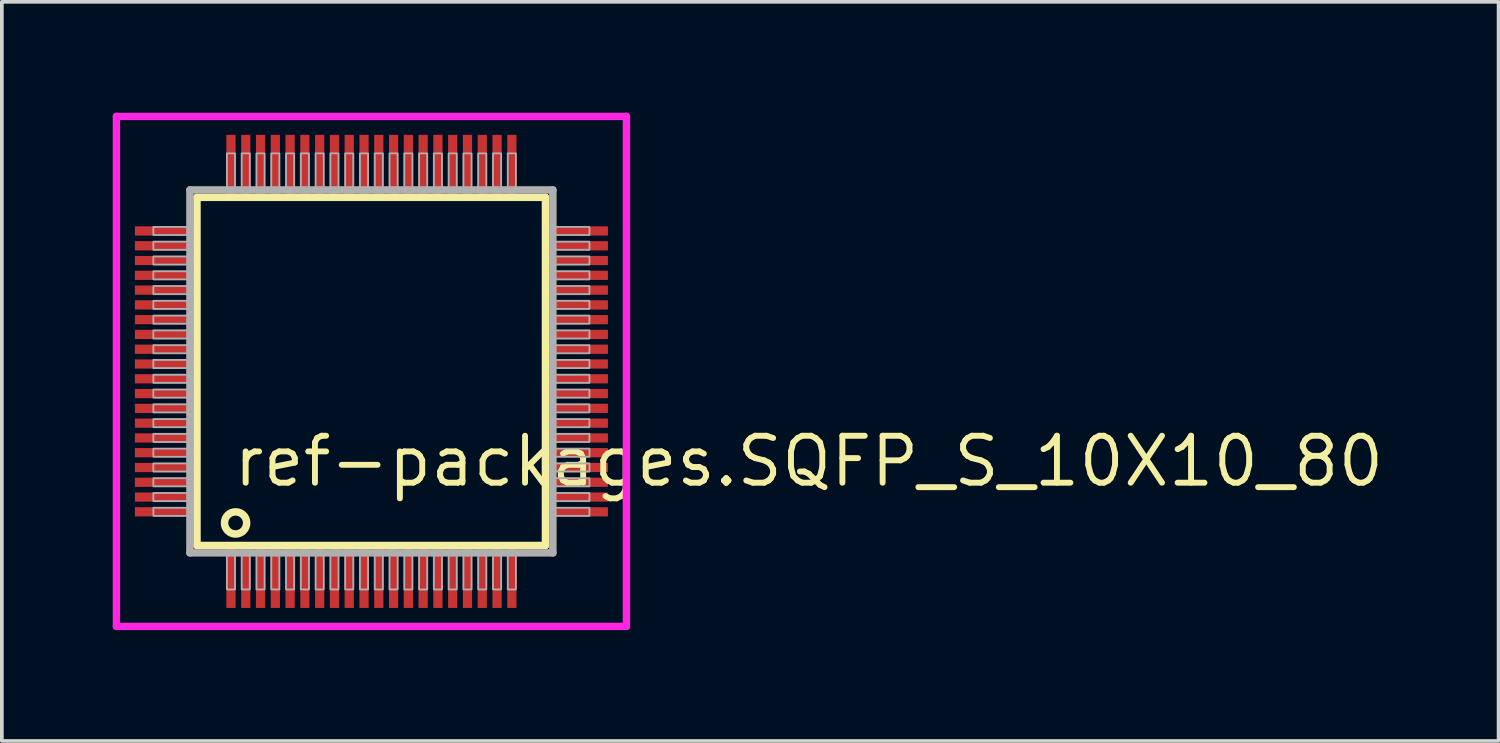
<source format=kicad_pcb>
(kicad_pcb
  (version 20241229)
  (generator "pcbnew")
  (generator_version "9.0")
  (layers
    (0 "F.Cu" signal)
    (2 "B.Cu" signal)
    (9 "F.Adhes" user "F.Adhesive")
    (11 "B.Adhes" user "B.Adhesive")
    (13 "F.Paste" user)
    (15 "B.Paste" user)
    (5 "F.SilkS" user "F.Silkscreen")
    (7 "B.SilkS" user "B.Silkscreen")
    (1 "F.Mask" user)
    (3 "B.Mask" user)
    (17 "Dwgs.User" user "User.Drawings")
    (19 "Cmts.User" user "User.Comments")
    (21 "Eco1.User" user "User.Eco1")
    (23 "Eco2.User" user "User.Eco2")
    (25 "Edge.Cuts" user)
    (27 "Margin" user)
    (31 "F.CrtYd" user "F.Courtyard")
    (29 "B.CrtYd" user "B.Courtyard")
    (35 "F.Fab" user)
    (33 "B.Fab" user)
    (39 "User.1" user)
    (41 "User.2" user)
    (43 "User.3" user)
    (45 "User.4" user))
  (footprint "ref-packages.SQFP_S_10X10_80"
    (layer "F.Cu")
    (at 7 7)
    (property "Reference" "ref-packages.SQFP_S_10X10_80" (at -3.81 3.175 0) (layer "F.SilkS") (effects (font (size 1.27 1.27) (thickness 0.16)) (justify left bottom)))
    (attr smd)
    (fp_line (start -4.72 -4.71) (end 4.71 -4.71) (stroke (width 0.203) (type default)) (layer "F.SilkS"))
    (fp_line (start -4.72 4.71) (end -4.72 -4.71) (stroke (width 0.203) (type default)) (layer "F.SilkS"))
    (fp_line (start 4.71 -4.71) (end 4.71 4.71) (stroke (width 0.203) (type default)) (layer "F.SilkS"))
    (fp_line (start 4.71 4.71) (end -4.72 4.71) (stroke (width 0.203) (type default)) (layer "F.SilkS"))
    (fp_circle (center -3.675 4.1) (end -3.375 4.1) (stroke (width 0.203) (type default)) (fill no) (layer "F.SilkS"))
    (fp_line (start -6.9 -6.9) (end 6.9 -6.9) (stroke (width 0.2) (type default)) (layer "F.CrtYd"))
    (fp_line (start -6.9 6.9) (end -6.9 -6.9) (stroke (width 0.2) (type default)) (layer "F.CrtYd"))
    (fp_line (start 6.9 -6.9) (end 6.9 6.9) (stroke (width 0.2) (type default)) (layer "F.CrtYd"))
    (fp_line (start 6.9 6.9) (end -6.9 6.9) (stroke (width 0.2) (type default)) (layer "F.CrtYd"))
    (fp_line (start -4.91 -4.91) (end -4.91 4.91) (stroke (width 0.203) (type default)) (layer "F.Fab"))
    (fp_line (start -4.91 4.91) (end 4.91 4.91) (stroke (width 0.203) (type default)) (layer "F.Fab"))
    (fp_line (start 4.91 -4.91) (end -4.91 -4.91) (stroke (width 0.203) (type default)) (layer "F.Fab"))
    (fp_line (start 4.91 4.91) (end 4.91 -4.91) (stroke (width 0.203) (type default)) (layer "F.Fab"))
    (fp_rect (start -5.9 -3.69) (end -4.95 -3.91) (stroke (width 0.05) (type default)) (fill no) (layer "F.Fab"))
    (fp_rect (start -5.9 -3.29) (end -4.95 -3.51) (stroke (width 0.05) (type default)) (fill no) (layer "F.Fab"))
    (fp_rect (start -5.9 -2.89) (end -4.95 -3.11) (stroke (width 0.05) (type default)) (fill no) (layer "F.Fab"))
    (fp_rect (start -5.9 -2.49) (end -4.95 -2.71) (stroke (width 0.05) (type default)) (fill no) (layer "F.Fab"))
    (fp_rect (start -5.9 -2.09) (end -4.95 -2.31) (stroke (width 0.05) (type default)) (fill no) (layer "F.Fab"))
    (fp_rect (start -5.9 -1.69) (end -4.95 -1.91) (stroke (width 0.05) (type default)) (fill no) (layer "F.Fab"))
    (fp_rect (start -5.9 -1.29) (end -4.95 -1.51) (stroke (width 0.05) (type default)) (fill no) (layer "F.Fab"))
    (fp_rect (start -5.9 -0.89) (end -4.95 -1.11) (stroke (width 0.05) (type default)) (fill no) (layer "F.Fab"))
    (fp_rect (start -5.9 -0.49) (end -4.95 -0.71) (stroke (width 0.05) (type default)) (fill no) (layer "F.Fab"))
    (fp_rect (start -5.9 -0.09) (end -4.95 -0.31) (stroke (width 0.05) (type default)) (fill no) (layer "F.Fab"))
    (fp_rect (start -5.9 0.31) (end -4.95 0.09) (stroke (width 0.05) (type default)) (fill no) (layer "F.Fab"))
    (fp_rect (start -5.9 0.71) (end -4.95 0.49) (stroke (width 0.05) (type default)) (fill no) (layer "F.Fab"))
    (fp_rect (start -5.9 1.11) (end -4.95 0.89) (stroke (width 0.05) (type default)) (fill no) (layer "F.Fab"))
    (fp_rect (start -5.9 1.51) (end -4.95 1.29) (stroke (width 0.05) (type default)) (fill no) (layer "F.Fab"))
    (fp_rect (start -5.9 1.91) (end -4.95 1.69) (stroke (width 0.05) (type default)) (fill no) (layer "F.Fab"))
    (fp_rect (start -5.9 2.31) (end -4.95 2.09) (stroke (width 0.05) (type default)) (fill no) (layer "F.Fab"))
    (fp_rect (start -5.9 2.71) (end -4.95 2.49) (stroke (width 0.05) (type default)) (fill no) (layer "F.Fab"))
    (fp_rect (start -5.9 3.11) (end -4.95 2.89) (stroke (width 0.05) (type default)) (fill no) (layer "F.Fab"))
    (fp_rect (start -5.9 3.51) (end -4.95 3.29) (stroke (width 0.05) (type default)) (fill no) (layer "F.Fab"))
    (fp_rect (start -5.9 3.91) (end -4.95 3.69) (stroke (width 0.05) (type default)) (fill no) (layer "F.Fab"))
    (fp_rect (start -3.91 -4.95) (end -3.69 -5.9) (stroke (width 0.05) (type default)) (fill no) (layer "F.Fab"))
    (fp_rect (start -3.91 5.9) (end -3.69 4.95) (stroke (width 0.05) (type default)) (fill no) (layer "F.Fab"))
    (fp_rect (start -3.51 -4.95) (end -3.29 -5.9) (stroke (width 0.05) (type default)) (fill no) (layer "F.Fab"))
    (fp_rect (start -3.51 5.9) (end -3.29 4.95) (stroke (width 0.05) (type default)) (fill no) (layer "F.Fab"))
    (fp_rect (start -3.11 -4.95) (end -2.89 -5.9) (stroke (width 0.05) (type default)) (fill no) (layer "F.Fab"))
    (fp_rect (start -3.11 5.9) (end -2.89 4.95) (stroke (width 0.05) (type default)) (fill no) (layer "F.Fab"))
    (fp_rect (start -2.71 -4.95) (end -2.49 -5.9) (stroke (width 0.05) (type default)) (fill no) (layer "F.Fab"))
    (fp_rect (start -2.71 5.9) (end -2.49 4.95) (stroke (width 0.05) (type default)) (fill no) (layer "F.Fab"))
    (fp_rect (start -2.31 -4.95) (end -2.09 -5.9) (stroke (width 0.05) (type default)) (fill no) (layer "F.Fab"))
    (fp_rect (start -2.31 5.9) (end -2.09 4.95) (stroke (width 0.05) (type default)) (fill no) (layer "F.Fab"))
    (fp_rect (start -1.91 -4.95) (end -1.69 -5.9) (stroke (width 0.05) (type default)) (fill no) (layer "F.Fab"))
    (fp_rect (start -1.91 5.9) (end -1.69 4.95) (stroke (width 0.05) (type default)) (fill no) (layer "F.Fab"))
    (fp_rect (start -1.51 -4.95) (end -1.29 -5.9) (stroke (width 0.05) (type default)) (fill no) (layer "F.Fab"))
    (fp_rect (start -1.51 5.9) (end -1.29 4.95) (stroke (width 0.05) (type default)) (fill no) (layer "F.Fab"))
    (fp_rect (start -1.11 -4.95) (end -0.89 -5.9) (stroke (width 0.05) (type default)) (fill no) (layer "F.Fab"))
    (fp_rect (start -1.11 5.9) (end -0.89 4.95) (stroke (width 0.05) (type default)) (fill no) (layer "F.Fab"))
    (fp_rect (start -0.71 -4.95) (end -0.49 -5.9) (stroke (width 0.05) (type default)) (fill no) (layer "F.Fab"))
    (fp_rect (start -0.71 5.9) (end -0.49 4.95) (stroke (width 0.05) (type default)) (fill no) (layer "F.Fab"))
    (fp_rect (start -0.31 -4.95) (end -0.09 -5.9) (stroke (width 0.05) (type default)) (fill no) (layer "F.Fab"))
    (fp_rect (start -0.31 5.9) (end -0.09 4.95) (stroke (width 0.05) (type default)) (fill no) (layer "F.Fab"))
    (fp_rect (start 0.09 -4.95) (end 0.31 -5.9) (stroke (width 0.05) (type default)) (fill no) (layer "F.Fab"))
    (fp_rect (start 0.09 5.9) (end 0.31 4.95) (stroke (width 0.05) (type default)) (fill no) (layer "F.Fab"))
    (fp_rect (start 0.49 -4.95) (end 0.71 -5.9) (stroke (width 0.05) (type default)) (fill no) (layer "F.Fab"))
    (fp_rect (start 0.49 5.9) (end 0.71 4.95) (stroke (width 0.05) (type default)) (fill no) (layer "F.Fab"))
    (fp_rect (start 0.89 -4.95) (end 1.11 -5.9) (stroke (width 0.05) (type default)) (fill no) (layer "F.Fab"))
    (fp_rect (start 0.89 5.9) (end 1.11 4.95) (stroke (width 0.05) (type default)) (fill no) (layer "F.Fab"))
    (fp_rect (start 1.29 -4.95) (end 1.51 -5.9) (stroke (width 0.05) (type default)) (fill no) (layer "F.Fab"))
    (fp_rect (start 1.29 5.9) (end 1.51 4.95) (stroke (width 0.05) (type default)) (fill no) (layer "F.Fab"))
    (fp_rect (start 1.69 -4.95) (end 1.91 -5.9) (stroke (width 0.05) (type default)) (fill no) (layer "F.Fab"))
    (fp_rect (start 1.69 5.9) (end 1.91 4.95) (stroke (width 0.05) (type default)) (fill no) (layer "F.Fab"))
    (fp_rect (start 2.09 -4.95) (end 2.31 -5.9) (stroke (width 0.05) (type default)) (fill no) (layer "F.Fab"))
    (fp_rect (start 2.09 5.9) (end 2.31 4.95) (stroke (width 0.05) (type default)) (fill no) (layer "F.Fab"))
    (fp_rect (start 2.49 -4.95) (end 2.71 -5.9) (stroke (width 0.05) (type default)) (fill no) (layer "F.Fab"))
    (fp_rect (start 2.49 5.9) (end 2.71 4.95) (stroke (width 0.05) (type default)) (fill no) (layer "F.Fab"))
    (fp_rect (start 2.89 -4.95) (end 3.11 -5.9) (stroke (width 0.05) (type default)) (fill no) (layer "F.Fab"))
    (fp_rect (start 2.89 5.9) (end 3.11 4.95) (stroke (width 0.05) (type default)) (fill no) (layer "F.Fab"))
    (fp_rect (start 3.29 -4.95) (end 3.51 -5.9) (stroke (width 0.05) (type default)) (fill no) (layer "F.Fab"))
    (fp_rect (start 3.29 5.9) (end 3.51 4.95) (stroke (width 0.05) (type default)) (fill no) (layer "F.Fab"))
    (fp_rect (start 3.69 -4.95) (end 3.91 -5.9) (stroke (width 0.05) (type default)) (fill no) (layer "F.Fab"))
    (fp_rect (start 3.69 5.9) (end 3.91 4.95) (stroke (width 0.05) (type default)) (fill no) (layer "F.Fab"))
    (fp_rect (start 4.95 -3.69) (end 5.9 -3.91) (stroke (width 0.05) (type default)) (fill no) (layer "F.Fab"))
    (fp_rect (start 4.95 -3.29) (end 5.9 -3.51) (stroke (width 0.05) (type default)) (fill no) (layer "F.Fab"))
    (fp_rect (start 4.95 -2.89) (end 5.9 -3.11) (stroke (width 0.05) (type default)) (fill no) (layer "F.Fab"))
    (fp_rect (start 4.95 -2.49) (end 5.9 -2.71) (stroke (width 0.05) (type default)) (fill no) (layer "F.Fab"))
    (fp_rect (start 4.95 -2.09) (end 5.9 -2.31) (stroke (width 0.05) (type default)) (fill no) (layer "F.Fab"))
    (fp_rect (start 4.95 -1.69) (end 5.9 -1.91) (stroke (width 0.05) (type default)) (fill no) (layer "F.Fab"))
    (fp_rect (start 4.95 -1.29) (end 5.9 -1.51) (stroke (width 0.05) (type default)) (fill no) (layer "F.Fab"))
    (fp_rect (start 4.95 -0.89) (end 5.9 -1.11) (stroke (width 0.05) (type default)) (fill no) (layer "F.Fab"))
    (fp_rect (start 4.95 -0.49) (end 5.9 -0.71) (stroke (width 0.05) (type default)) (fill no) (layer "F.Fab"))
    (fp_rect (start 4.95 -0.09) (end 5.9 -0.31) (stroke (width 0.05) (type default)) (fill no) (layer "F.Fab"))
    (fp_rect (start 4.95 0.31) (end 5.9 0.09) (stroke (width 0.05) (type default)) (fill no) (layer "F.Fab"))
    (fp_rect (start 4.95 0.71) (end 5.9 0.49) (stroke (width 0.05) (type default)) (fill no) (layer "F.Fab"))
    (fp_rect (start 4.95 1.11) (end 5.9 0.89) (stroke (width 0.05) (type default)) (fill no) (layer "F.Fab"))
    (fp_rect (start 4.95 1.51) (end 5.9 1.29) (stroke (width 0.05) (type default)) (fill no) (layer "F.Fab"))
    (fp_rect (start 4.95 1.91) (end 5.9 1.69) (stroke (width 0.05) (type default)) (fill no) (layer "F.Fab"))
    (fp_rect (start 4.95 2.31) (end 5.9 2.09) (stroke (width 0.05) (type default)) (fill no) (layer "F.Fab"))
    (fp_rect (start 4.95 2.71) (end 5.9 2.49) (stroke (width 0.05) (type default)) (fill no) (layer "F.Fab"))
    (fp_rect (start 4.95 3.11) (end 5.9 2.89) (stroke (width 0.05) (type default)) (fill no) (layer "F.Fab"))
    (fp_rect (start 4.95 3.51) (end 5.9 3.29) (stroke (width 0.05) (type default)) (fill no) (layer "F.Fab"))
    (fp_rect (start 4.95 3.91) (end 5.9 3.69) (stroke (width 0.05) (type default)) (fill no) (layer "F.Fab"))
    (pad "1" smd roundrect (at -3.8 5.6) (size 0.25 1.6) (layers "F.Cu" "F.Mask" "F.Paste") (roundrect_rratio 0.01))
    (pad "2" smd roundrect (at -3.4 5.6) (size 0.25 1.6) (layers "F.Cu" "F.Mask" "F.Paste") (roundrect_rratio 0.01))
    (pad "3" smd roundrect (at -3 5.6) (size 0.25 1.6) (layers "F.Cu" "F.Mask" "F.Paste") (roundrect_rratio 0.01))
    (pad "4" smd roundrect (at -2.6 5.6) (size 0.25 1.6) (layers "F.Cu" "F.Mask" "F.Paste") (roundrect_rratio 0.01))
    (pad "5" smd roundrect (at -2.2 5.6) (size 0.25 1.6) (layers "F.Cu" "F.Mask" "F.Paste") (roundrect_rratio 0.01))
    (pad "6" smd roundrect (at -1.8 5.6) (size 0.25 1.6) (layers "F.Cu" "F.Mask" "F.Paste") (roundrect_rratio 0.01))
    (pad "7" smd roundrect (at -1.4 5.6) (size 0.25 1.6) (layers "F.Cu" "F.Mask" "F.Paste") (roundrect_rratio 0.01))
    (pad "8" smd roundrect (at -1 5.6) (size 0.25 1.6) (layers "F.Cu" "F.Mask" "F.Paste") (roundrect_rratio 0.01))
    (pad "9" smd roundrect (at -0.6 5.6) (size 0.25 1.6) (layers "F.Cu" "F.Mask" "F.Paste") (roundrect_rratio 0.01))
    (pad "10" smd roundrect (at -0.2 5.6) (size 0.25 1.6) (layers "F.Cu" "F.Mask" "F.Paste") (roundrect_rratio 0.01))
    (pad "11" smd roundrect (at 0.2 5.6) (size 0.25 1.6) (layers "F.Cu" "F.Mask" "F.Paste") (roundrect_rratio 0.01))
    (pad "12" smd roundrect (at 0.6 5.6) (size 0.25 1.6) (layers "F.Cu" "F.Mask" "F.Paste") (roundrect_rratio 0.01))
    (pad "13" smd roundrect (at 1 5.6) (size 0.25 1.6) (layers "F.Cu" "F.Mask" "F.Paste") (roundrect_rratio 0.01))
    (pad "14" smd roundrect (at 1.4 5.6) (size 0.25 1.6) (layers "F.Cu" "F.Mask" "F.Paste") (roundrect_rratio 0.01))
    (pad "15" smd roundrect (at 1.8 5.6) (size 0.25 1.6) (layers "F.Cu" "F.Mask" "F.Paste") (roundrect_rratio 0.01))
    (pad "16" smd roundrect (at 2.2 5.6) (size 0.25 1.6) (layers "F.Cu" "F.Mask" "F.Paste") (roundrect_rratio 0.01))
    (pad "17" smd roundrect (at 2.6 5.6) (size 0.25 1.6) (layers "F.Cu" "F.Mask" "F.Paste") (roundrect_rratio 0.01))
    (pad "18" smd roundrect (at 3 5.6) (size 0.25 1.6) (layers "F.Cu" "F.Mask" "F.Paste") (roundrect_rratio 0.01))
    (pad "19" smd roundrect (at 3.4 5.6) (size 0.25 1.6) (layers "F.Cu" "F.Mask" "F.Paste") (roundrect_rratio 0.01))
    (pad "20" smd roundrect (at 3.8 5.6) (size 0.25 1.6) (layers "F.Cu" "F.Mask" "F.Paste") (roundrect_rratio 0.01))
    (pad "21" smd roundrect (at 5.6 3.8) (size 1.6 0.25) (layers "F.Cu" "F.Mask" "F.Paste") (roundrect_rratio 0.01))
    (pad "22" smd roundrect (at 5.6 3.4) (size 1.6 0.25) (layers "F.Cu" "F.Mask" "F.Paste") (roundrect_rratio 0.01))
    (pad "23" smd roundrect (at 5.6 3) (size 1.6 0.25) (layers "F.Cu" "F.Mask" "F.Paste") (roundrect_rratio 0.01))
    (pad "24" smd roundrect (at 5.6 2.6) (size 1.6 0.25) (layers "F.Cu" "F.Mask" "F.Paste") (roundrect_rratio 0.01))
    (pad "25" smd roundrect (at 5.6 2.2) (size 1.6 0.25) (layers "F.Cu" "F.Mask" "F.Paste") (roundrect_rratio 0.01))
    (pad "26" smd roundrect (at 5.6 1.8) (size 1.6 0.25) (layers "F.Cu" "F.Mask" "F.Paste") (roundrect_rratio 0.01))
    (pad "27" smd roundrect (at 5.6 1.4) (size 1.6 0.25) (layers "F.Cu" "F.Mask" "F.Paste") (roundrect_rratio 0.01))
    (pad "28" smd roundrect (at 5.6 1) (size 1.6 0.25) (layers "F.Cu" "F.Mask" "F.Paste") (roundrect_rratio 0.01))
    (pad "29" smd roundrect (at 5.6 0.6) (size 1.6 0.25) (layers "F.Cu" "F.Mask" "F.Paste") (roundrect_rratio 0.01))
    (pad "30" smd roundrect (at 5.6 0.2) (size 1.6 0.25) (layers "F.Cu" "F.Mask" "F.Paste") (roundrect_rratio 0.01))
    (pad "31" smd roundrect (at 5.6 -0.2) (size 1.6 0.25) (layers "F.Cu" "F.Mask" "F.Paste") (roundrect_rratio 0.01))
    (pad "32" smd roundrect (at 5.6 -0.6) (size 1.6 0.25) (layers "F.Cu" "F.Mask" "F.Paste") (roundrect_rratio 0.01))
    (pad "33" smd roundrect (at 5.6 -1) (size 1.6 0.25) (layers "F.Cu" "F.Mask" "F.Paste") (roundrect_rratio 0.01))
    (pad "34" smd roundrect (at 5.6 -1.4) (size 1.6 0.25) (layers "F.Cu" "F.Mask" "F.Paste") (roundrect_rratio 0.01))
    (pad "35" smd roundrect (at 5.6 -1.8) (size 1.6 0.25) (layers "F.Cu" "F.Mask" "F.Paste") (roundrect_rratio 0.01))
    (pad "36" smd roundrect (at 5.6 -2.2) (size 1.6 0.25) (layers "F.Cu" "F.Mask" "F.Paste") (roundrect_rratio 0.01))
    (pad "37" smd roundrect (at 5.6 -2.6) (size 1.6 0.25) (layers "F.Cu" "F.Mask" "F.Paste") (roundrect_rratio 0.01))
    (pad "38" smd roundrect (at 5.6 -3) (size 1.6 0.25) (layers "F.Cu" "F.Mask" "F.Paste") (roundrect_rratio 0.01))
    (pad "39" smd roundrect (at 5.6 -3.4) (size 1.6 0.25) (layers "F.Cu" "F.Mask" "F.Paste") (roundrect_rratio 0.01))
    (pad "40" smd roundrect (at 5.6 -3.8) (size 1.6 0.25) (layers "F.Cu" "F.Mask" "F.Paste") (roundrect_rratio 0.01))
    (pad "41" smd roundrect (at 3.8 -5.6) (size 0.25 1.6) (layers "F.Cu" "F.Mask" "F.Paste") (roundrect_rratio 0.01))
    (pad "42" smd roundrect (at 3.4 -5.6) (size 0.25 1.6) (layers "F.Cu" "F.Mask" "F.Paste") (roundrect_rratio 0.01))
    (pad "43" smd roundrect (at 3 -5.6) (size 0.25 1.6) (layers "F.Cu" "F.Mask" "F.Paste") (roundrect_rratio 0.01))
    (pad "44" smd roundrect (at 2.6 -5.6) (size 0.25 1.6) (layers "F.Cu" "F.Mask" "F.Paste") (roundrect_rratio 0.01))
    (pad "45" smd roundrect (at 2.2 -5.6) (size 0.25 1.6) (layers "F.Cu" "F.Mask" "F.Paste") (roundrect_rratio 0.01))
    (pad "46" smd roundrect (at 1.8 -5.6) (size 0.25 1.6) (layers "F.Cu" "F.Mask" "F.Paste") (roundrect_rratio 0.01))
    (pad "47" smd roundrect (at 1.4 -5.6) (size 0.25 1.6) (layers "F.Cu" "F.Mask" "F.Paste") (roundrect_rratio 0.01))
    (pad "48" smd roundrect (at 1 -5.6) (size 0.25 1.6) (layers "F.Cu" "F.Mask" "F.Paste") (roundrect_rratio 0.01))
    (pad "49" smd roundrect (at 0.6 -5.6) (size 0.25 1.6) (layers "F.Cu" "F.Mask" "F.Paste") (roundrect_rratio 0.01))
    (pad "50" smd roundrect (at 0.2 -5.6) (size 0.25 1.6) (layers "F.Cu" "F.Mask" "F.Paste") (roundrect_rratio 0.01))
    (pad "51" smd roundrect (at -0.2 -5.6) (size 0.25 1.6) (layers "F.Cu" "F.Mask" "F.Paste") (roundrect_rratio 0.01))
    (pad "52" smd roundrect (at -0.6 -5.6) (size 0.25 1.6) (layers "F.Cu" "F.Mask" "F.Paste") (roundrect_rratio 0.01))
    (pad "53" smd roundrect (at -1 -5.6) (size 0.25 1.6) (layers "F.Cu" "F.Mask" "F.Paste") (roundrect_rratio 0.01))
    (pad "54" smd roundrect (at -1.4 -5.6) (size 0.25 1.6) (layers "F.Cu" "F.Mask" "F.Paste") (roundrect_rratio 0.01))
    (pad "55" smd roundrect (at -1.8 -5.6) (size 0.25 1.6) (layers "F.Cu" "F.Mask" "F.Paste") (roundrect_rratio 0.01))
    (pad "56" smd roundrect (at -2.2 -5.6) (size 0.25 1.6) (layers "F.Cu" "F.Mask" "F.Paste") (roundrect_rratio 0.01))
    (pad "57" smd roundrect (at -2.6 -5.6) (size 0.25 1.6) (layers "F.Cu" "F.Mask" "F.Paste") (roundrect_rratio 0.01))
    (pad "58" smd roundrect (at -3 -5.6) (size 0.25 1.6) (layers "F.Cu" "F.Mask" "F.Paste") (roundrect_rratio 0.01))
    (pad "59" smd roundrect (at -3.4 -5.6) (size 0.25 1.6) (layers "F.Cu" "F.Mask" "F.Paste") (roundrect_rratio 0.01))
    (pad "60" smd roundrect (at -3.8 -5.6) (size 0.25 1.6) (layers "F.Cu" "F.Mask" "F.Paste") (roundrect_rratio 0.01))
    (pad "61" smd roundrect (at -5.6 -3.8) (size 1.6 0.25) (layers "F.Cu" "F.Mask" "F.Paste") (roundrect_rratio 0.01))
    (pad "62" smd roundrect (at -5.6 -3.4) (size 1.6 0.25) (layers "F.Cu" "F.Mask" "F.Paste") (roundrect_rratio 0.01))
    (pad "63" smd roundrect (at -5.6 -3) (size 1.6 0.25) (layers "F.Cu" "F.Mask" "F.Paste") (roundrect_rratio 0.01))
    (pad "64" smd roundrect (at -5.6 -2.6) (size 1.6 0.25) (layers "F.Cu" "F.Mask" "F.Paste") (roundrect_rratio 0.01))
    (pad "65" smd roundrect (at -5.6 -2.2) (size 1.6 0.25) (layers "F.Cu" "F.Mask" "F.Paste") (roundrect_rratio 0.01))
    (pad "66" smd roundrect (at -5.6 -1.8) (size 1.6 0.25) (layers "F.Cu" "F.Mask" "F.Paste") (roundrect_rratio 0.01))
    (pad "67" smd roundrect (at -5.6 -1.4) (size 1.6 0.25) (layers "F.Cu" "F.Mask" "F.Paste") (roundrect_rratio 0.01))
    (pad "68" smd roundrect (at -5.6 -1) (size 1.6 0.25) (layers "F.Cu" "F.Mask" "F.Paste") (roundrect_rratio 0.01))
    (pad "69" smd roundrect (at -5.6 -0.6) (size 1.6 0.25) (layers "F.Cu" "F.Mask" "F.Paste") (roundrect_rratio 0.01))
    (pad "70" smd roundrect (at -5.6 -0.2) (size 1.6 0.25) (layers "F.Cu" "F.Mask" "F.Paste") (roundrect_rratio 0.01))
    (pad "71" smd roundrect (at -5.6 0.2) (size 1.6 0.25) (layers "F.Cu" "F.Mask" "F.Paste") (roundrect_rratio 0.01))
    (pad "72" smd roundrect (at -5.6 0.6) (size 1.6 0.25) (layers "F.Cu" "F.Mask" "F.Paste") (roundrect_rratio 0.01))
    (pad "73" smd roundrect (at -5.6 1) (size 1.6 0.25) (layers "F.Cu" "F.Mask" "F.Paste") (roundrect_rratio 0.01))
    (pad "74" smd roundrect (at -5.6 1.4) (size 1.6 0.25) (layers "F.Cu" "F.Mask" "F.Paste") (roundrect_rratio 0.01))
    (pad "75" smd roundrect (at -5.6 1.8) (size 1.6 0.25) (layers "F.Cu" "F.Mask" "F.Paste") (roundrect_rratio 0.01))
    (pad "76" smd roundrect (at -5.6 2.2) (size 1.6 0.25) (layers "F.Cu" "F.Mask" "F.Paste") (roundrect_rratio 0.01))
    (pad "77" smd roundrect (at -5.6 2.6) (size 1.6 0.25) (layers "F.Cu" "F.Mask" "F.Paste") (roundrect_rratio 0.01))
    (pad "78" smd roundrect (at -5.6 3) (size 1.6 0.25) (layers "F.Cu" "F.Mask" "F.Paste") (roundrect_rratio 0.01))
    (pad "79" smd roundrect (at -5.6 3.4) (size 1.6 0.25) (layers "F.Cu" "F.Mask" "F.Paste") (roundrect_rratio 0.01))
    (pad "80" smd roundrect (at -5.6 3.8) (size 1.6 0.25) (layers "F.Cu" "F.Mask" "F.Paste") (roundrect_rratio 0.01)))
  (gr_rect
    (start -3 -3)
    (end 37.501 17)
    (stroke (width 0.1) (type default))
    (fill no)
    (layer "Edge.Cuts")))
</source>
